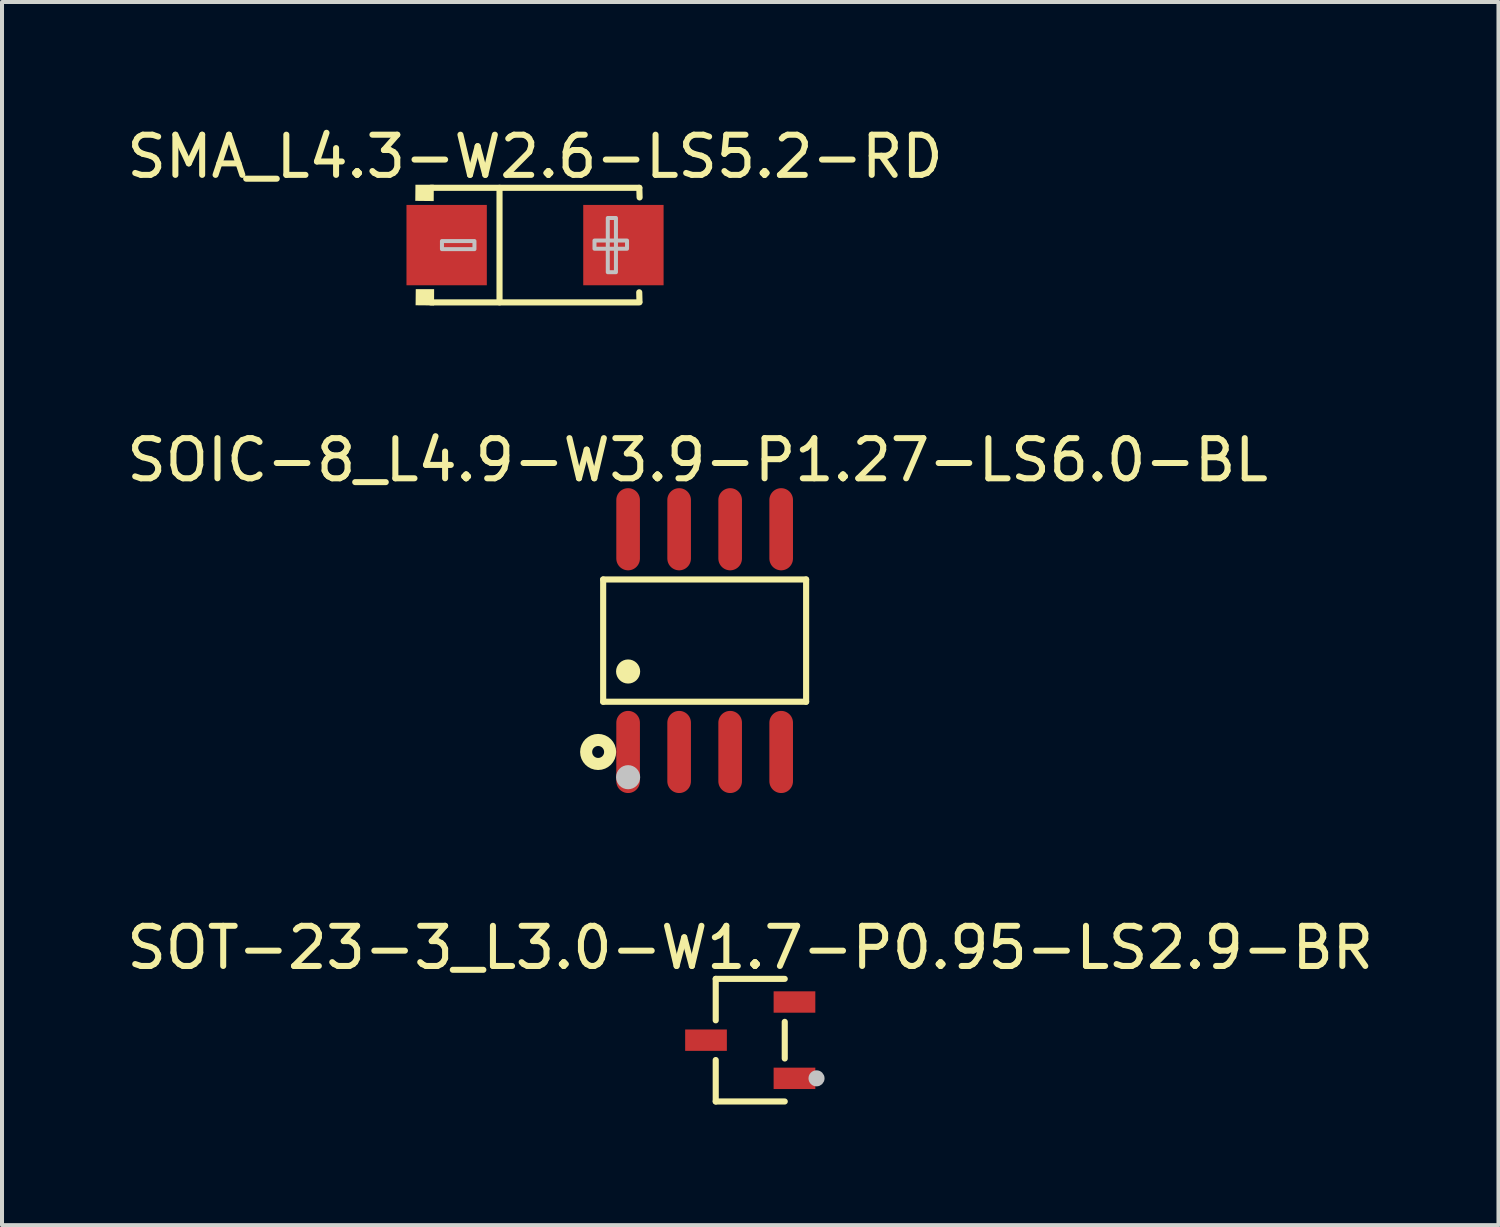
<source format=kicad_pcb>
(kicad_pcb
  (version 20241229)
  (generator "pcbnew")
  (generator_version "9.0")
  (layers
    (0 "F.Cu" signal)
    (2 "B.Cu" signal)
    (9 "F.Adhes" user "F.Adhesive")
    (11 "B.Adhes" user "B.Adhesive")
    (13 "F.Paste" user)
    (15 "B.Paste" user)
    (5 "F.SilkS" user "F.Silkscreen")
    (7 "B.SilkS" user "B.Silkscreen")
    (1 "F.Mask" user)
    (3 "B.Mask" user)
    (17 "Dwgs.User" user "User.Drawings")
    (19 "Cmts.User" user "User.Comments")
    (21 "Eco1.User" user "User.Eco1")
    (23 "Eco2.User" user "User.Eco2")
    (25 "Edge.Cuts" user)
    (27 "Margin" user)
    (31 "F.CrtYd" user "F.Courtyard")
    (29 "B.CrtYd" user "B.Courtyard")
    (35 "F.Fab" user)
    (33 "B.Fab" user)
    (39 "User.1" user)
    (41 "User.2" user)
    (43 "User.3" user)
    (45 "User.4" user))
  (footprint "SOT-23-3_L3.0-W1.7-P0.95-LS2.9-BR"
    (layer "F.Cu")
    (at 15.625 22.842)
    (property "Reference" "SOT-23-3_L3.0-W1.7-P0.95-LS2.9-BR" (at 0 -2.302 0) (layer "F.SilkS") (effects (font (size 1 1) (thickness 0.15))))
    (fp_line (start -0.859 -1.526) (end -0.859 -0.494) (stroke (width 0.152) (type default)) (layer "F.SilkS"))
    (fp_line (start -0.859 1.526) (end -0.859 0.494) (stroke (width 0.152) (type default)) (layer "F.SilkS"))
    (fp_line (start 0.859 -1.526) (end -0.859 -1.526) (stroke (width 0.152) (type default)) (layer "F.SilkS"))
    (fp_line (start 0.859 -0.456) (end 0.859 0.456) (stroke (width 0.152) (type default)) (layer "F.SilkS"))
    (fp_line (start 0.859 1.526) (end -0.859 1.526) (stroke (width 0.152) (type default)) (layer "F.SilkS"))
    (fp_circle (center 1.65 0.95) (end 1.75 0.95) (stroke (width 0.2) (type default)) (fill no) (layer "Dwgs.User"))
    (fp_poly (pts (xy -1.425 0.188) (xy -1.425 -0.188) (xy -1 -0.188) (xy -1 0.188)) (stroke (width 0.1) (type default)) (fill no) (layer "User.1"))
    (fp_poly (pts (xy -1.01 0.188) (xy -1.01 -0.188) (xy -0.815 -0.188) (xy -0.815 0.188)) (stroke (width 0.1) (type default)) (fill no) (layer "User.1"))
    (fp_poly (pts (xy 0.815 -0.762) (xy 0.815 -1.137) (xy 1.01 -1.137) (xy 1.01 -0.762)) (stroke (width 0.1) (type default)) (fill no) (layer "User.1"))
    (fp_poly (pts (xy 0.815 1.137) (xy 0.815 0.762) (xy 1.01 0.762) (xy 1.01 1.137)) (stroke (width 0.1) (type default)) (fill no) (layer "User.1"))
    (fp_poly (pts (xy 1 -0.762) (xy 1 -1.137) (xy 1.425 -1.137) (xy 1.425 -0.762)) (stroke (width 0.1) (type default)) (fill no) (layer "User.1"))
    (fp_poly (pts (xy 1 1.137) (xy 1 0.762) (xy 1.425 0.762) (xy 1.425 1.137)) (stroke (width 0.1) (type default)) (fill no) (layer "User.1"))
    (fp_line (start -0.85 -1.5) (end 0.85 -1.5) (stroke (width 0.051) (type default)) (layer "User.2"))
    (fp_line (start -0.85 1.5) (end -0.85 -1.5) (stroke (width 0.051) (type default)) (layer "User.2"))
    (fp_line (start 0.85 -1.5) (end 0.85 1.5) (stroke (width 0.051) (type default)) (layer "User.2"))
    (fp_line (start 0.85 1.5) (end -0.85 1.5) (stroke (width 0.051) (type default)) (layer "User.2"))
    (fp_poly (pts (xy 1.48 1.477) (xy 1.448 1.445) (xy 1.402 1.445) (xy 1.37 1.477) (xy 1.37 1.523) (xy 1.402 1.555) (xy 1.448 1.555) (xy 1.48 1.523)) (stroke (width 0.1) (type default)) (fill no) (layer "User.3"))
    (pad "1" smd rect (at 1.101 0.95) (size 1.038 0.532) (layers "F.Cu" "F.Mask" "F.Paste"))
    (pad "2" smd rect (at 1.101 -0.95) (size 1.038 0.532) (layers "F.Cu" "F.Mask" "F.Paste"))
    (pad "3" smd rect (at -1.101 0) (size 1.038 0.532) (layers "F.Cu" "F.Mask" "F.Paste")))
  (footprint "SOIC-8_L4.9-W3.9-P1.27-LS6.0-BL"
    (layer "F.Cu")
    (at 14.49 12.896)
    (property "Reference" "SOIC-8_L4.9-W3.9-P1.27-LS6.0-BL" (at -0.175 -4.495 0) (layer "F.SilkS") (effects (font (size 1 1) (thickness 0.15))))
    (fp_line (start -2.526 -1.522) (end 2.526 -1.522) (stroke (width 0.152) (type default)) (layer "F.SilkS"))
    (fp_line (start -2.526 1.522) (end -2.526 -1.522) (stroke (width 0.152) (type default)) (layer "F.SilkS"))
    (fp_line (start 2.526 -1.522) (end 2.526 1.522) (stroke (width 0.152) (type default)) (layer "F.SilkS"))
    (fp_line (start 2.526 1.522) (end -2.526 1.522) (stroke (width 0.152) (type default)) (layer "F.SilkS"))
    (fp_circle (center -2.651 2.772) (end -2.502 2.772) (stroke (width 0.3) (type default)) (fill no) (layer "F.SilkS"))
    (fp_circle (center -1.905 0.769) (end -1.755 0.769) (stroke (width 0.3) (type default)) (fill no) (layer "F.SilkS"))
    (fp_circle (center -1.905 3.4) (end -1.755 3.4) (stroke (width 0.3) (type default)) (fill no) (layer "Dwgs.User"))
    (fp_poly (pts (xy -2.115 -3) (xy -2.115 -2.165) (xy -1.695 -2.165) (xy -1.695 -3)) (stroke (width 0.1) (type default)) (fill no) (layer "User.1"))
    (fp_poly (pts (xy -2.115 -2.175) (xy -2.115 -1.94) (xy -1.695 -1.94) (xy -1.695 -2.175)) (stroke (width 0.1) (type default)) (fill no) (layer "User.1"))
    (fp_poly (pts (xy -2.115 2.175) (xy -2.115 1.94) (xy -1.695 1.94) (xy -1.695 2.175)) (stroke (width 0.1) (type default)) (fill no) (layer "User.1"))
    (fp_poly (pts (xy -2.115 3) (xy -2.115 2.165) (xy -1.695 2.165) (xy -1.695 3)) (stroke (width 0.1) (type default)) (fill no) (layer "User.1"))
    (fp_poly (pts (xy -0.845 -3) (xy -0.845 -2.165) (xy -0.425 -2.165) (xy -0.425 -3)) (stroke (width 0.1) (type default)) (fill no) (layer "User.1"))
    (fp_poly (pts (xy -0.845 -2.175) (xy -0.845 -1.94) (xy -0.425 -1.94) (xy -0.425 -2.175)) (stroke (width 0.1) (type default)) (fill no) (layer "User.1"))
    (fp_poly (pts (xy -0.845 2.175) (xy -0.845 1.94) (xy -0.425 1.94) (xy -0.425 2.175)) (stroke (width 0.1) (type default)) (fill no) (layer "User.1"))
    (fp_poly (pts (xy -0.845 3) (xy -0.845 2.165) (xy -0.425 2.165) (xy -0.425 3)) (stroke (width 0.1) (type default)) (fill no) (layer "User.1"))
    (fp_poly (pts (xy 0.425 -3) (xy 0.425 -2.165) (xy 0.845 -2.165) (xy 0.845 -3)) (stroke (width 0.1) (type default)) (fill no) (layer "User.1"))
    (fp_poly (pts (xy 0.425 -2.175) (xy 0.425 -1.94) (xy 0.845 -1.94) (xy 0.845 -2.175)) (stroke (width 0.1) (type default)) (fill no) (layer "User.1"))
    (fp_poly (pts (xy 0.425 2.175) (xy 0.425 1.94) (xy 0.845 1.94) (xy 0.845 2.175)) (stroke (width 0.1) (type default)) (fill no) (layer "User.1"))
    (fp_poly (pts (xy 0.425 3) (xy 0.425 2.165) (xy 0.845 2.165) (xy 0.845 3)) (stroke (width 0.1) (type default)) (fill no) (layer "User.1"))
    (fp_poly (pts (xy 1.695 -3) (xy 1.695 -2.165) (xy 2.115 -2.165) (xy 2.115 -3)) (stroke (width 0.1) (type default)) (fill no) (layer "User.1"))
    (fp_poly (pts (xy 1.695 -2.175) (xy 1.695 -1.94) (xy 2.115 -1.94) (xy 2.115 -2.175)) (stroke (width 0.1) (type default)) (fill no) (layer "User.1"))
    (fp_poly (pts (xy 1.695 2.175) (xy 1.695 1.94) (xy 2.115 1.94) (xy 2.115 2.175)) (stroke (width 0.1) (type default)) (fill no) (layer "User.1"))
    (fp_poly (pts (xy 1.695 3) (xy 1.695 2.165) (xy 2.115 2.165) (xy 2.115 3)) (stroke (width 0.1) (type default)) (fill no) (layer "User.1"))
    (fp_line (start -2.45 -1.95) (end 2.45 -1.95) (stroke (width 0.051) (type default)) (layer "User.2"))
    (fp_line (start -2.45 1.95) (end -2.45 -1.95) (stroke (width 0.051) (type default)) (layer "User.2"))
    (fp_line (start 2.45 -1.95) (end 2.45 1.95) (stroke (width 0.051) (type default)) (layer "User.2"))
    (fp_line (start 2.45 1.95) (end -2.45 1.95) (stroke (width 0.051) (type default)) (layer "User.2"))
    (fp_poly (pts (xy -2.395 2.977) (xy -2.427 2.945) (xy -2.473 2.945) (xy -2.505 2.977) (xy -2.505 3.023) (xy -2.473 3.055) (xy -2.427 3.055) (xy -2.395 3.023)) (stroke (width 0.1) (type default)) (fill no) (layer "User.3"))
    (pad "1" smd oval (at -1.905 2.772) (size 0.588 2.045) (layers "F.Cu" "F.Mask" "F.Paste"))
    (pad "2" smd oval (at -0.635 2.772) (size 0.588 2.045) (layers "F.Cu" "F.Mask" "F.Paste"))
    (pad "3" smd oval (at 0.635 2.772) (size 0.588 2.045) (layers "F.Cu" "F.Mask" "F.Paste"))
    (pad "4" smd oval (at 1.905 2.772) (size 0.588 2.045) (layers "F.Cu" "F.Mask" "F.Paste"))
    (pad "5" smd oval (at 1.905 -2.772) (size 0.588 2.045) (layers "F.Cu" "F.Mask" "F.Paste"))
    (pad "6" smd oval (at 0.635 -2.772) (size 0.588 2.045) (layers "F.Cu" "F.Mask" "F.Paste"))
    (pad "7" smd oval (at -0.635 -2.772) (size 0.588 2.045) (layers "F.Cu" "F.Mask" "F.Paste"))
    (pad "8" smd oval (at -1.905 -2.772) (size 0.588 2.045) (layers "F.Cu" "F.Mask" "F.Paste")))
  (footprint "SMA_L4.3-W2.6-LS5.2-RD"
    (layer "F.Cu")
    (at 10.268 3.051)
    (property "Reference" "SMA_L4.3-W2.6-LS5.2-RD" (at 0 -2.203 0) (layer "F.SilkS") (effects (font (size 1 1) (thickness 0.15))))
    (fp_line (start -2.596 -1.426) (end 2.596 -1.426) (stroke (width 0.152) (type default)) (layer "F.SilkS"))
    (fp_line (start -2.596 1.426) (end 2.596 1.426) (stroke (width 0.152) (type default)) (layer "F.SilkS"))
    (fp_line (start -0.884 -1.426) (end -0.884 1.426) (stroke (width 0.152) (type default)) (layer "F.SilkS"))
    (fp_line (start 2.594 1.175) (end 2.6 1.415) (stroke (width 0.152) (type default)) (layer "F.SilkS"))
    (fp_line (start 2.596 -1.426) (end 2.603 -1.187) (stroke (width 0.152) (type default)) (layer "F.SilkS"))
    (fp_poly (pts (xy -2.52 -1.502) (xy -2.522 -1.096) (xy -2.981 -1.101) (xy -2.977 -1.502)) (stroke (width 0) (type default)) (fill yes) (layer "F.SilkS"))
    (fp_poly (pts (xy -2.512 1.096) (xy -2.513 1.502) (xy -2.973 1.498) (xy -2.969 1.096)) (stroke (width 0) (type default)) (fill yes) (layer "F.SilkS"))
    (fp_poly (pts (xy -2.317 0.101) (xy -2.317 -0.101) (xy -1.508 -0.101) (xy -1.508 0.101)) (stroke (width 0.1) (type default)) (fill no) (layer "Dwgs.User"))
    (fp_poly (pts (xy 2.014 0.675) (xy 2.014 -0.675) (xy 1.811 -0.675) (xy 1.811 0.675)) (stroke (width 0.1) (type default)) (fill no) (layer "Dwgs.User"))
    (fp_poly (pts (xy 2.29 0.09) (xy 2.29 -0.113) (xy 1.48 -0.113) (xy 1.48 0.09)) (stroke (width 0.1) (type default)) (fill no) (layer "Dwgs.User"))
    (fp_poly (pts (xy -1.48 -0.725) (xy -1.48 0.725) (xy -2.605 0.725) (xy -2.605 -0.725)) (stroke (width 0.1) (type default)) (fill no) (layer "User.1"))
    (fp_poly (pts (xy 2.605 -0.725) (xy 2.605 0.725) (xy 1.48 0.725) (xy 1.48 -0.725)) (stroke (width 0.1) (type default)) (fill no) (layer "User.1"))
    (fp_line (start -2.16 -1.3) (end 2.16 -1.3) (stroke (width 0.051) (type default)) (layer "User.2"))
    (fp_line (start -2.16 1.3) (end -2.16 -1.3) (stroke (width 0.051) (type default)) (layer "User.2"))
    (fp_line (start 2.16 -1.3) (end 2.16 1.3) (stroke (width 0.051) (type default)) (layer "User.2"))
    (fp_line (start 2.16 1.3) (end -2.16 1.3) (stroke (width 0.051) (type default)) (layer "User.2"))
    (fp_poly (pts (xy -2.55 1.277) (xy -2.582 1.245) (xy -2.628 1.245) (xy -2.66 1.277) (xy -2.66 1.323) (xy -2.628 1.355) (xy -2.582 1.355) (xy -2.55 1.323)) (stroke (width 0.1) (type default)) (fill no) (layer "User.3"))
    (pad "1" smd rect (at -2.2 0 180) (size 2 2) (layers "F.Cu" "F.Mask" "F.Paste"))
    (pad "2" smd rect (at 2.2 0 180) (size 2 2) (layers "F.Cu" "F.Mask" "F.Paste")))
  (gr_rect
    (start -3 -3)
    (end 34.25 27.447)
    (stroke (width 0.1) (type default))
    (fill no)
    (layer "Edge.Cuts")))
</source>
